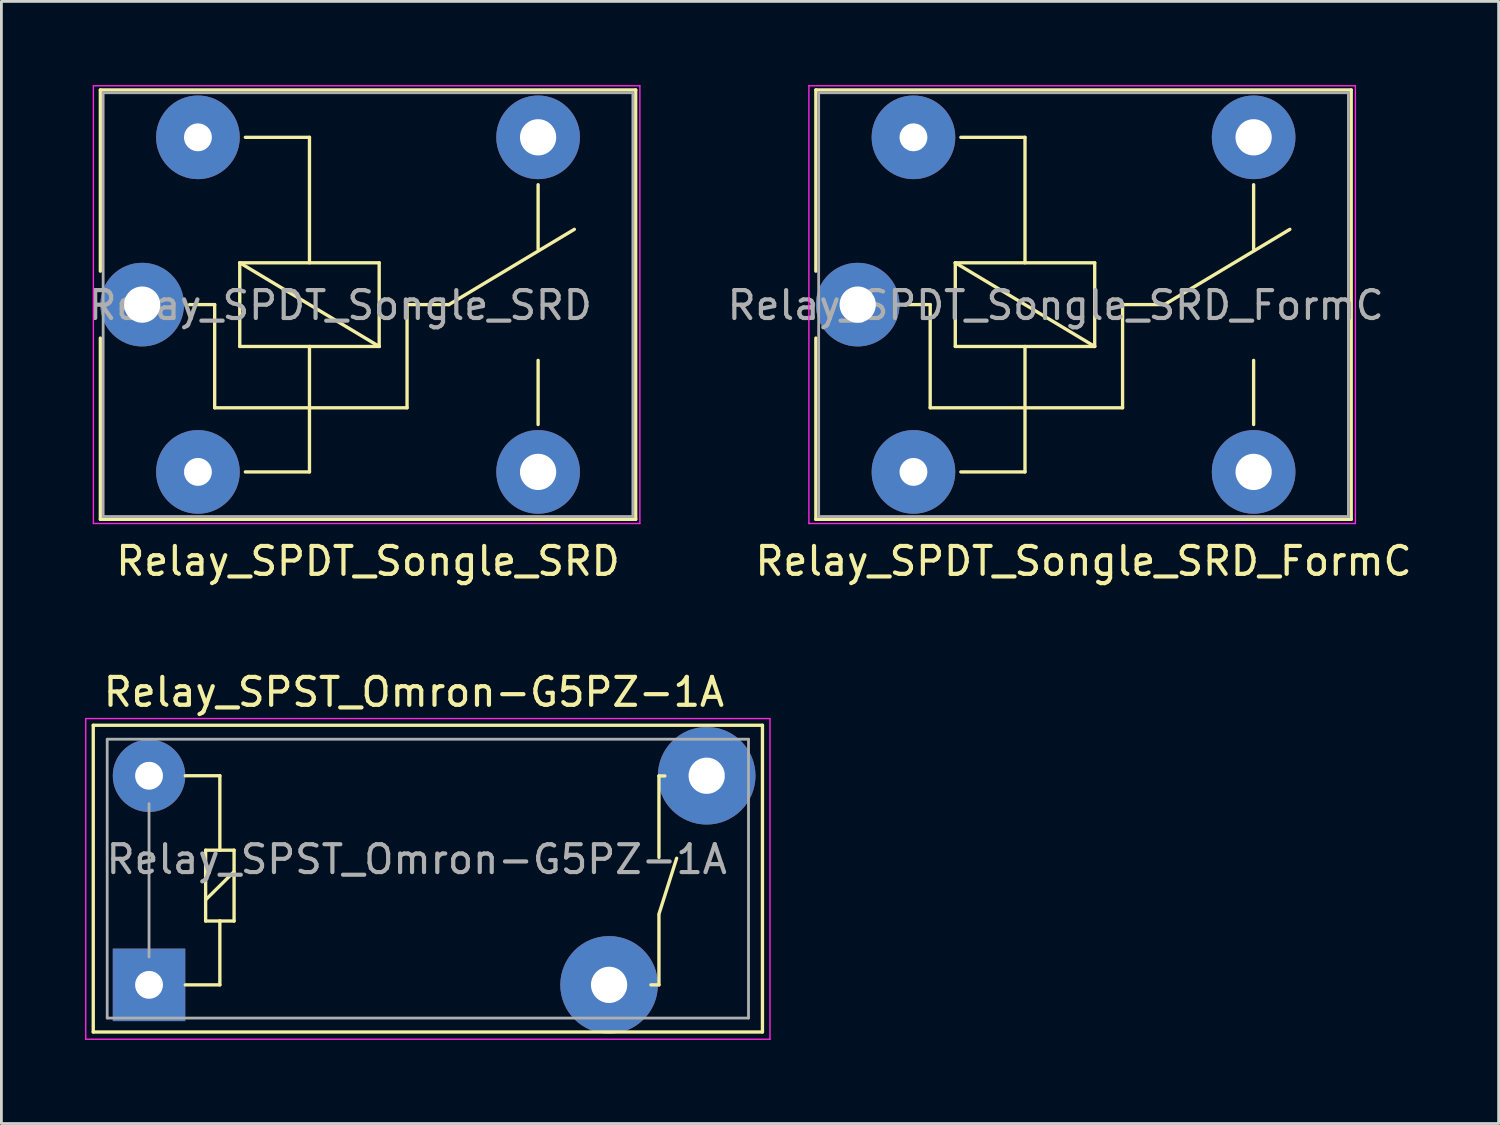
<source format=kicad_pcb>
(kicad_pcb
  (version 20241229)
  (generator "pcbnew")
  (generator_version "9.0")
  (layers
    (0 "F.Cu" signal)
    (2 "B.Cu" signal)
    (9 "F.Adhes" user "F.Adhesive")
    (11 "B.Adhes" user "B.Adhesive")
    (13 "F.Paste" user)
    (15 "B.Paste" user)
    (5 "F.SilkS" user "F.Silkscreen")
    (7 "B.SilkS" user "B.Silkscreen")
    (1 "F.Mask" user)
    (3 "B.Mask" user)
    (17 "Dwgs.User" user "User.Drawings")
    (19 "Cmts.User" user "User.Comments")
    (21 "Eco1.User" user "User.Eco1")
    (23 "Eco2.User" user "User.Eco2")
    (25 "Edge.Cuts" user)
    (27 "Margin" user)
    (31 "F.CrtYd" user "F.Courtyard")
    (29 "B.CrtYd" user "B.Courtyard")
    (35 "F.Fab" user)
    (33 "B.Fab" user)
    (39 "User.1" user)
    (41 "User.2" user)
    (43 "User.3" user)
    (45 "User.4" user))
  (footprint "Relay_SPST_Omron-G5PZ-1A"
    (layer "F.Cu")
    (at 2.295 32.272)
    (property "Reference" "Relay_SPST_Omron-G5PZ-1A" (at 9.5 -10.5 180) (layer "F.SilkS") (effects (font (size 1 1) (thickness 0.15))))
    (attr through_hole)
    (fp_line (start -2 -9.31) (end 22 -9.31) (stroke (width 0.12) (type solid)) (layer "F.SilkS"))
    (fp_line (start -2 1.69) (end -2 -9.31) (stroke (width 0.12) (type solid)) (layer "F.SilkS"))
    (fp_line (start -2 1.69) (end 22 1.69) (stroke (width 0.12) (type solid)) (layer "F.SilkS"))
    (fp_line (start 1.3 0) (end 2.54 0) (stroke (width 0.12) (type solid)) (layer "F.SilkS"))
    (fp_line (start 2.03 -4.83) (end 2.54 -4.83) (stroke (width 0.12) (type solid)) (layer "F.SilkS"))
    (fp_line (start 2.03 -3.05) (end 3.05 -4.06) (stroke (width 0.12) (type solid)) (layer "F.SilkS"))
    (fp_line (start 2.03 -2.29) (end 2.03 -4.83) (stroke (width 0.12) (type solid)) (layer "F.SilkS"))
    (fp_line (start 2.54 -7.5) (end 1.3 -7.5) (stroke (width 0.12) (type solid)) (layer "F.SilkS"))
    (fp_line (start 2.54 -4.83) (end 2.54 -7.5) (stroke (width 0.12) (type solid)) (layer "F.SilkS"))
    (fp_line (start 2.54 -4.83) (end 3.05 -4.83) (stroke (width 0.12) (type solid)) (layer "F.SilkS"))
    (fp_line (start 2.54 -2.29) (end 2.03 -2.29) (stroke (width 0.12) (type solid)) (layer "F.SilkS"))
    (fp_line (start 2.54 0) (end 2.54 -2.29) (stroke (width 0.12) (type solid)) (layer "F.SilkS"))
    (fp_line (start 3.05 -4.83) (end 3.05 -2.29) (stroke (width 0.12) (type solid)) (layer "F.SilkS"))
    (fp_line (start 3.05 -2.29) (end 2.54 -2.29) (stroke (width 0.12) (type solid)) (layer "F.SilkS"))
    (fp_line (start 18 0) (end 18.288 0) (stroke (width 0.12) (type solid)) (layer "F.SilkS"))
    (fp_line (start 18.288 -7.493) (end 18.288 -4.572) (stroke (width 0.12) (type solid)) (layer "F.SilkS"))
    (fp_line (start 18.288 -7.493) (end 18.5 -7.493) (stroke (width 0.12) (type solid)) (layer "F.SilkS"))
    (fp_line (start 18.288 -2.5) (end 18.288 0) (stroke (width 0.12) (type solid)) (layer "F.SilkS"))
    (fp_line (start 18.923 -4.54) (end 18.288 -2.54) (stroke (width 0.12) (type solid)) (layer "F.SilkS"))
    (fp_line (start 22 1.69) (end 22 -9.31) (stroke (width 0.12) (type solid)) (layer "F.SilkS"))
    (fp_line (start -2.27 -9.55) (end 22.27 -9.55) (stroke (width 0.05) (type solid)) (layer "F.CrtYd"))
    (fp_line (start -2.27 1.95) (end -2.27 -9.55) (stroke (width 0.05) (type solid)) (layer "F.CrtYd"))
    (fp_line (start 22.27 -9.55) (end 22.27 1.95) (stroke (width 0.05) (type solid)) (layer "F.CrtYd"))
    (fp_line (start 22.27 1.95) (end -2.27 1.95) (stroke (width 0.05) (type solid)) (layer "F.CrtYd"))
    (fp_line (start -1.5 -8.81) (end 21.5 -8.81) (stroke (width 0.1) (type solid)) (layer "F.Fab"))
    (fp_line (start -1.5 1.19) (end -1.5 -8.81) (stroke (width 0.1) (type solid)) (layer "F.Fab"))
    (fp_line (start 0 -1) (end 0 -6.5) (stroke (width 0.1) (type solid)) (layer "F.Fab"))
    (fp_line (start 21.5 -8.81) (end 21.5 1.19) (stroke (width 0.1) (type solid)) (layer "F.Fab"))
    (fp_line (start 21.5 1.19) (end -1.5 1.19) (stroke (width 0.1) (type solid)) (layer "F.Fab"))
    (fp_text user "${REFERENCE}" (at 9.6 -4.5 0) (layer "F.Fab") (effects (font (size 1 1) (thickness 0.15))))
    (pad "1" thru_hole rect (at 0 0 180) (size 2.6 2.6) (drill 1) (layers "*.Cu" "*.Mask"))
    (pad "2" thru_hole circle (at 16.5 0 180) (size 3.5 3.5) (drill 1.3) (layers "*.Cu" "*.Mask"))
    (pad "3" thru_hole circle (at 20 -7.5 180) (size 3.5 3.5) (drill 1.3) (layers "*.Cu" "*.Mask"))
    (pad "4" thru_hole circle (at 0 -7.5 180) (size 2.6 2.6) (drill 1) (layers "*.Cu" "*.Mask")))
  (footprint "Relay_SPDT_Songle_SRD"
    (layer "F.Cu")
    (at 2.049 7.875)
    (property "Reference" "Relay_SPDT_Songle_SRD" (at 8.1 9.2 0) (layer "F.SilkS") (effects (font (size 1 1) (thickness 0.15))))
    (attr through_hole)
    (fp_line (start -1.5 -7.7) (end -1.5 -1.2) (stroke (width 0.12) (type solid)) (layer "F.SilkS"))
    (fp_line (start -1.5 -7.7) (end 17.7 -7.7) (stroke (width 0.12) (type solid)) (layer "F.SilkS"))
    (fp_line (start -1.5 1.2) (end -1.5 7.7) (stroke (width 0.12) (type solid)) (layer "F.SilkS"))
    (fp_line (start 2.6 0) (end 1.7 0) (stroke (width 0.12) (type solid)) (layer "F.SilkS"))
    (fp_line (start 2.6 0) (end 2.6 3.7) (stroke (width 0.12) (type solid)) (layer "F.SilkS"))
    (fp_line (start 3.5 -1.5) (end 8.5 -1.5) (stroke (width 0.12) (type solid)) (layer "F.SilkS"))
    (fp_line (start 3.5 1.5) (end 3.5 -1.5) (stroke (width 0.12) (type solid)) (layer "F.SilkS"))
    (fp_line (start 3.7 6) (end 6 6) (stroke (width 0.12) (type solid)) (layer "F.SilkS"))
    (fp_line (start 6 -6) (end 3.7 -6) (stroke (width 0.12) (type solid)) (layer "F.SilkS"))
    (fp_line (start 6 -6) (end 6 -1.5) (stroke (width 0.12) (type solid)) (layer "F.SilkS"))
    (fp_line (start 6 1.5) (end 6 6) (stroke (width 0.12) (type solid)) (layer "F.SilkS"))
    (fp_line (start 8.5 -1.5) (end 8.5 1.5) (stroke (width 0.12) (type solid)) (layer "F.SilkS"))
    (fp_line (start 8.5 1.5) (end 3.5 -1.5) (stroke (width 0.12) (type solid)) (layer "F.SilkS"))
    (fp_line (start 8.5 1.5) (end 3.5 1.5) (stroke (width 0.12) (type solid)) (layer "F.SilkS"))
    (fp_line (start 9.5 0) (end 9.5 3.7) (stroke (width 0.12) (type solid)) (layer "F.SilkS"))
    (fp_line (start 9.5 0) (end 11 0) (stroke (width 0.12) (type solid)) (layer "F.SilkS"))
    (fp_line (start 9.5 3.7) (end 2.6 3.7) (stroke (width 0.12) (type solid)) (layer "F.SilkS"))
    (fp_line (start 11 0) (end 15.5 -2.7) (stroke (width 0.12) (type solid)) (layer "F.SilkS"))
    (fp_line (start 14.2 -4.3) (end 14.2 -2) (stroke (width 0.12) (type solid)) (layer "F.SilkS"))
    (fp_line (start 14.2 4.3) (end 14.2 2) (stroke (width 0.12) (type solid)) (layer "F.SilkS"))
    (fp_line (start 17.7 -7.7) (end 17.7 7.7) (stroke (width 0.12) (type solid)) (layer "F.SilkS"))
    (fp_line (start 17.7 7.7) (end -1.5 7.7) (stroke (width 0.12) (type solid)) (layer "F.SilkS"))
    (fp_line (start -1.75 7.85) (end -1.75 -7.85) (stroke (width 0.05) (type solid)) (layer "F.CrtYd"))
    (fp_line (start -1.75 7.85) (end 17.85 7.85) (stroke (width 0.05) (type solid)) (layer "F.CrtYd"))
    (fp_line (start 17.85 -7.85) (end -1.75 -7.85) (stroke (width 0.05) (type solid)) (layer "F.CrtYd"))
    (fp_line (start 17.85 -7.85) (end 17.85 7.85) (stroke (width 0.05) (type solid)) (layer "F.CrtYd"))
    (fp_line (start -1.4 -7.6) (end 17.6 -7.6) (stroke (width 0.1) (type solid)) (layer "F.Fab"))
    (fp_line (start -1.4 7.6) (end -1.4 -7.6) (stroke (width 0.1) (type solid)) (layer "F.Fab"))
    (fp_line (start 17.6 -7.6) (end 17.6 7.6) (stroke (width 0.1) (type solid)) (layer "F.Fab"))
    (fp_line (start 17.6 7.6) (end -1.4 7.6) (stroke (width 0.1) (type solid)) (layer "F.Fab"))
    (fp_text user "${REFERENCE}" (at 7.1 0.025 0) (layer "F.Fab") (effects (font (size 1 1) (thickness 0.15))))
    (pad "11" thru_hole circle (at 0 0) (size 3 3) (drill 1.3) (layers "*.Cu" "*.Mask"))
    (pad "12" thru_hole circle (at 14.2 -6) (size 3 3) (drill 1.3) (layers "*.Cu" "*.Mask"))
    (pad "14" thru_hole circle (at 14.2 6) (size 3 3) (drill 1.3) (layers "*.Cu" "*.Mask"))
    (pad "A1" thru_hole circle (at 2 6) (size 3 3) (drill 1) (layers "*.Cu" "*.Mask"))
    (pad "A2" thru_hole circle (at 2 -6) (size 3 3) (drill 1) (layers "*.Cu" "*.Mask")))
  (footprint "Relay_SPDT_Songle_SRD_FormC"
    (layer "F.Cu")
    (at 27.711 7.875)
    (property "Reference" "Relay_SPDT_Songle_SRD_FormC" (at 8.1 9.2 0) (layer "F.SilkS") (effects (font (size 1 1) (thickness 0.15))))
    (attr through_hole)
    (fp_line (start -1.5 -7.7) (end -1.5 -1.2) (stroke (width 0.12) (type solid)) (layer "F.SilkS"))
    (fp_line (start -1.5 -7.7) (end 17.7 -7.7) (stroke (width 0.12) (type solid)) (layer "F.SilkS"))
    (fp_line (start -1.5 1.2) (end -1.5 7.7) (stroke (width 0.12) (type solid)) (layer "F.SilkS"))
    (fp_line (start 2.6 0) (end 1.7 0) (stroke (width 0.12) (type solid)) (layer "F.SilkS"))
    (fp_line (start 2.6 0) (end 2.6 3.7) (stroke (width 0.12) (type solid)) (layer "F.SilkS"))
    (fp_line (start 3.5 -1.5) (end 8.5 -1.5) (stroke (width 0.12) (type solid)) (layer "F.SilkS"))
    (fp_line (start 3.5 1.5) (end 3.5 -1.5) (stroke (width 0.12) (type solid)) (layer "F.SilkS"))
    (fp_line (start 3.7 6) (end 6 6) (stroke (width 0.12) (type solid)) (layer "F.SilkS"))
    (fp_line (start 6 -6) (end 3.7 -6) (stroke (width 0.12) (type solid)) (layer "F.SilkS"))
    (fp_line (start 6 -6) (end 6 -1.5) (stroke (width 0.12) (type solid)) (layer "F.SilkS"))
    (fp_line (start 6 1.5) (end 6 6) (stroke (width 0.12) (type solid)) (layer "F.SilkS"))
    (fp_line (start 8.5 -1.5) (end 8.5 1.5) (stroke (width 0.12) (type solid)) (layer "F.SilkS"))
    (fp_line (start 8.5 1.5) (end 3.5 -1.5) (stroke (width 0.12) (type solid)) (layer "F.SilkS"))
    (fp_line (start 8.5 1.5) (end 3.5 1.5) (stroke (width 0.12) (type solid)) (layer "F.SilkS"))
    (fp_line (start 9.5 0) (end 9.5 3.7) (stroke (width 0.12) (type solid)) (layer "F.SilkS"))
    (fp_line (start 9.5 0) (end 11 0) (stroke (width 0.12) (type solid)) (layer "F.SilkS"))
    (fp_line (start 9.5 3.7) (end 2.6 3.7) (stroke (width 0.12) (type solid)) (layer "F.SilkS"))
    (fp_line (start 11 0) (end 15.5 -2.7) (stroke (width 0.12) (type solid)) (layer "F.SilkS"))
    (fp_line (start 14.2 -4.3) (end 14.2 -2) (stroke (width 0.12) (type solid)) (layer "F.SilkS"))
    (fp_line (start 14.2 4.3) (end 14.2 2) (stroke (width 0.12) (type solid)) (layer "F.SilkS"))
    (fp_line (start 17.7 -7.7) (end 17.7 7.7) (stroke (width 0.12) (type solid)) (layer "F.SilkS"))
    (fp_line (start 17.7 7.7) (end -1.5 7.7) (stroke (width 0.12) (type solid)) (layer "F.SilkS"))
    (fp_line (start -1.75 7.85) (end -1.75 -7.85) (stroke (width 0.05) (type solid)) (layer "F.CrtYd"))
    (fp_line (start -1.75 7.85) (end 17.85 7.85) (stroke (width 0.05) (type solid)) (layer "F.CrtYd"))
    (fp_line (start 17.85 -7.85) (end -1.75 -7.85) (stroke (width 0.05) (type solid)) (layer "F.CrtYd"))
    (fp_line (start 17.85 -7.85) (end 17.85 7.85) (stroke (width 0.05) (type solid)) (layer "F.CrtYd"))
    (fp_line (start -1.4 -7.6) (end 17.6 -7.6) (stroke (width 0.1) (type solid)) (layer "F.Fab"))
    (fp_line (start -1.4 7.6) (end -1.4 -7.6) (stroke (width 0.1) (type solid)) (layer "F.Fab"))
    (fp_line (start 17.6 -7.6) (end 17.6 7.6) (stroke (width 0.1) (type solid)) (layer "F.Fab"))
    (fp_line (start 17.6 7.6) (end -1.4 7.6) (stroke (width 0.1) (type solid)) (layer "F.Fab"))
    (fp_text user "${REFERENCE}" (at 7.1 0.025 0) (layer "F.Fab") (effects (font (size 1 1) (thickness 0.15))))
    (pad "11" thru_hole circle (at 0 0) (size 3 3) (drill 1.3) (layers "*.Cu" "*.Mask"))
    (pad "12" thru_hole circle (at 14.2 -6) (size 3 3) (drill 1.3) (layers "*.Cu" "*.Mask"))
    (pad "14" thru_hole circle (at 14.2 6) (size 3 3) (drill 1.3) (layers "*.Cu" "*.Mask"))
    (pad "A1" thru_hole circle (at 2 6) (size 3 3) (drill 1) (layers "*.Cu" "*.Mask"))
    (pad "A2" thru_hole circle (at 2 -6) (size 3 3) (drill 1) (layers "*.Cu" "*.Mask")))
  (gr_rect
    (start -3 -3)
    (end 50.698 37.246)
    (stroke (width 0.1) (type default))
    (fill no)
    (layer "Edge.Cuts")))
</source>
